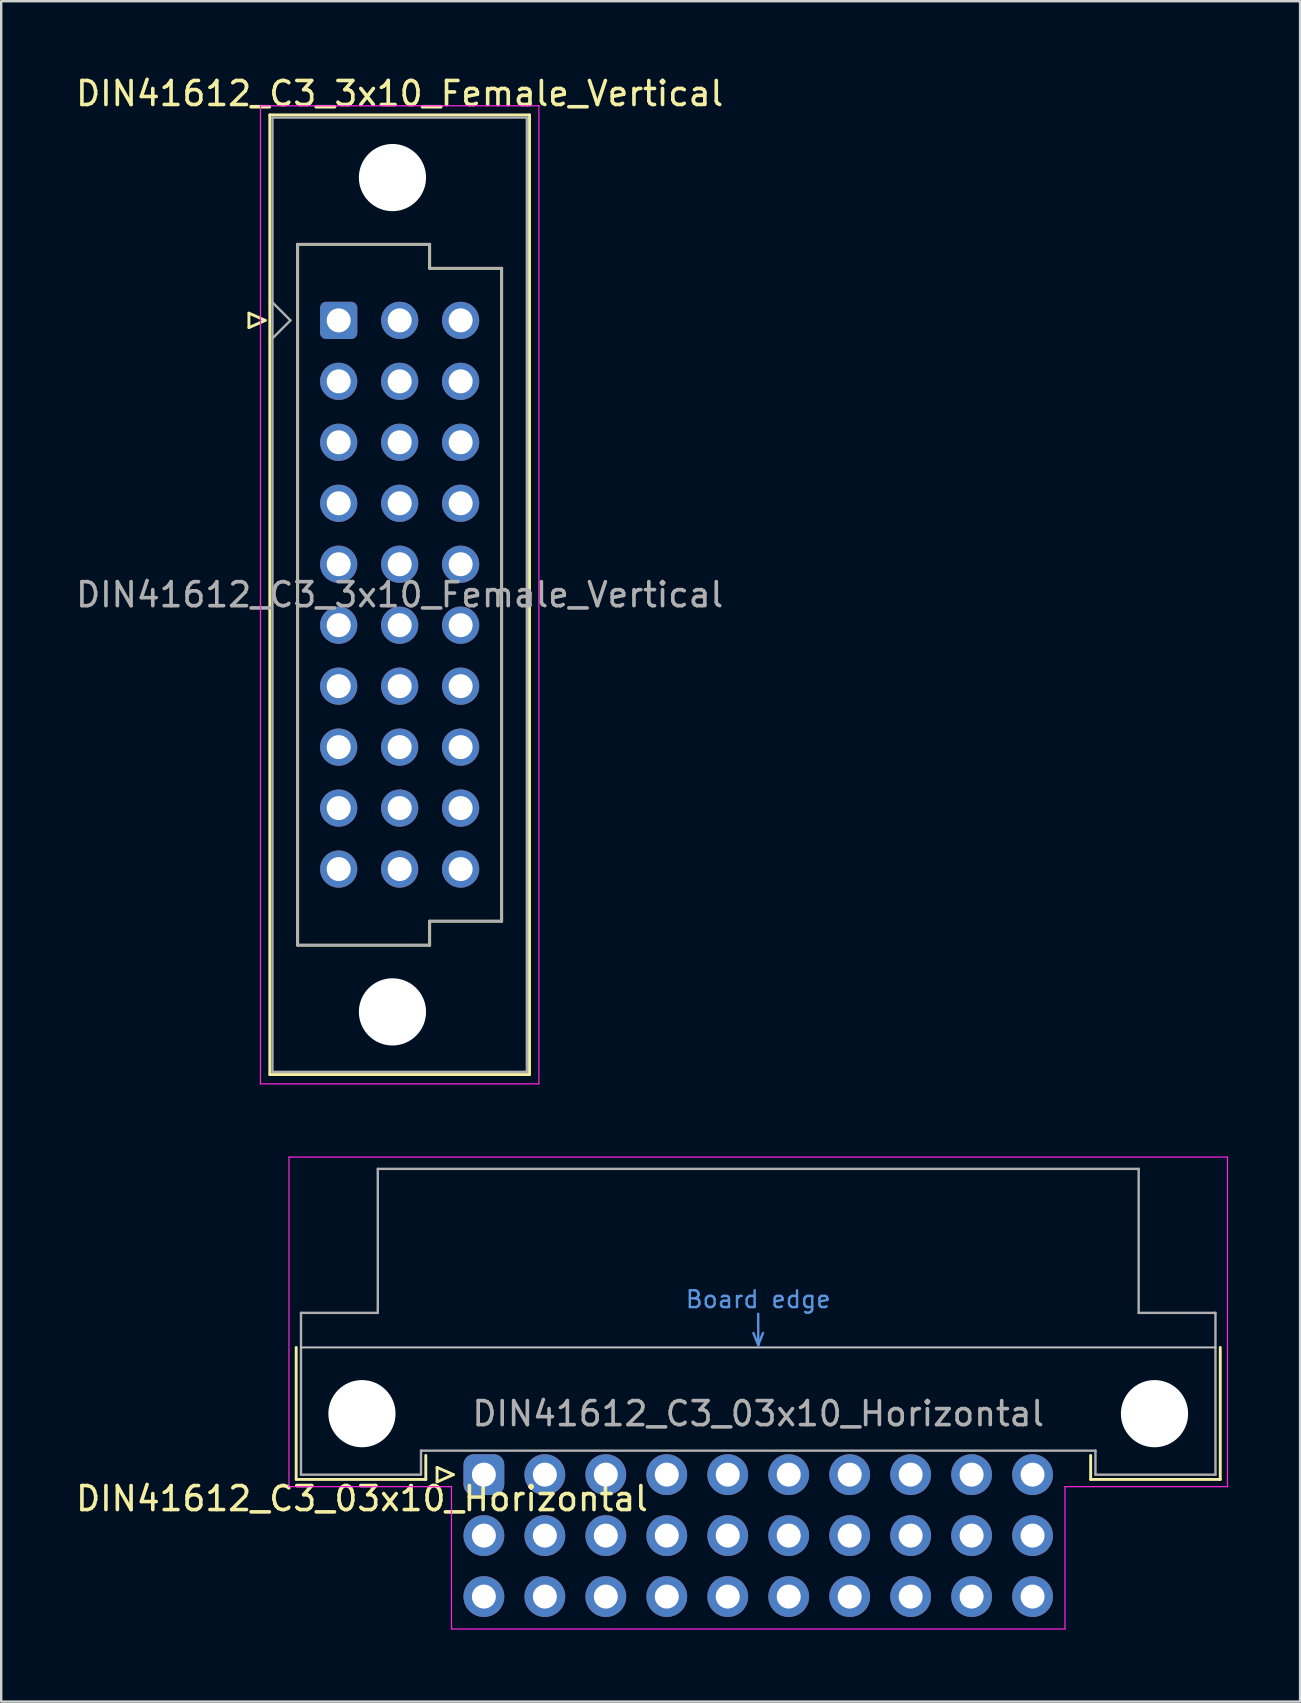
<source format=kicad_pcb>
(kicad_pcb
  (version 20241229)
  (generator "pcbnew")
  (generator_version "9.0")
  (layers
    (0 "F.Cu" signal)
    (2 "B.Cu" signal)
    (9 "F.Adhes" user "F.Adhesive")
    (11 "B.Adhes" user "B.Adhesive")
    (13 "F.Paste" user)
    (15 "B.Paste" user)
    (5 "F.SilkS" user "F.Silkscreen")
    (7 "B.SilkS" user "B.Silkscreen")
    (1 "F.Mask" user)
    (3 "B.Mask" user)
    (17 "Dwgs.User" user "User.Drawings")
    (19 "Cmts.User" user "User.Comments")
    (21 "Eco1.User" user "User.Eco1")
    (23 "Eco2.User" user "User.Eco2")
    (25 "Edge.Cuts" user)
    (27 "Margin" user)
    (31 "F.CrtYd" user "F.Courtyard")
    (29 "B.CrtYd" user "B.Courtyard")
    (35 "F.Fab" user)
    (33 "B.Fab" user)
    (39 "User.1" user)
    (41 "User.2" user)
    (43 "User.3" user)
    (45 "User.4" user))
  (footprint "DIN41612_C3_03x10_Horizontal"
    (layer "F.Cu")
    (at 17.11 58.388)
    (property "Reference" "DIN41612_C3_03x10_Horizontal" (at -5.08 1 0) (layer "F.SilkS") (effects (font (size 1 1) (thickness 0.15))))
    (attr through_hole)
    (fp_line (start -7.82 -5.3) (end -7.82 0.2) (stroke (width 0.12) (type solid)) (layer "F.SilkS"))
    (fp_line (start -7.82 0.2) (end -2.42 0.2) (stroke (width 0.12) (type solid)) (layer "F.SilkS"))
    (fp_line (start -2.42 0.2) (end -2.42 -0.8) (stroke (width 0.12) (type solid)) (layer "F.SilkS"))
    (fp_line (start -1.95 -0.3) (end -1.95 0.3) (stroke (width 0.12) (type solid)) (layer "F.SilkS"))
    (fp_line (start -1.95 0.3) (end -1.27 0) (stroke (width 0.12) (type solid)) (layer "F.SilkS"))
    (fp_line (start -1.27 0) (end -1.95 -0.3) (stroke (width 0.12) (type solid)) (layer "F.SilkS"))
    (fp_line (start 25.28 0.2) (end 25.28 -0.8) (stroke (width 0.12) (type solid)) (layer "F.SilkS"))
    (fp_line (start 30.68 -5.3) (end 30.68 0.2) (stroke (width 0.12) (type solid)) (layer "F.SilkS"))
    (fp_line (start 30.68 0.2) (end 25.28 0.2) (stroke (width 0.12) (type solid)) (layer "F.SilkS"))
    (fp_line (start -7.62 -5.3) (end 30.48 -5.3) (stroke (width 0.08) (type solid)) (layer "Dwgs.User"))
    (fp_line (start 11.23 -5.9) (end 11.43 -5.4) (stroke (width 0.1) (type solid)) (layer "Cmts.User"))
    (fp_line (start 11.43 -5.4) (end 11.43 -6.7) (stroke (width 0.1) (type solid)) (layer "Cmts.User"))
    (fp_line (start 11.43 -5.4) (end 11.63 -5.9) (stroke (width 0.1) (type solid)) (layer "Cmts.User"))
    (fp_line (start -8.12 -13.23) (end -8.12 0.5) (stroke (width 0.05) (type solid)) (layer "F.CrtYd"))
    (fp_line (start -8.12 0.5) (end -1.35 0.5) (stroke (width 0.05) (type solid)) (layer "F.CrtYd"))
    (fp_line (start -1.35 0.5) (end -1.35 6.43) (stroke (width 0.05) (type solid)) (layer "F.CrtYd"))
    (fp_line (start -1.35 6.43) (end 24.21 6.43) (stroke (width 0.05) (type solid)) (layer "F.CrtYd"))
    (fp_line (start 24.21 0.5) (end 30.98 0.5) (stroke (width 0.05) (type solid)) (layer "F.CrtYd"))
    (fp_line (start 24.21 6.43) (end 24.21 0.5) (stroke (width 0.05) (type solid)) (layer "F.CrtYd"))
    (fp_line (start 30.98 -13.23) (end -8.12 -13.23) (stroke (width 0.05) (type solid)) (layer "F.CrtYd"))
    (fp_line (start 30.98 0.5) (end 30.98 -13.23) (stroke (width 0.05) (type solid)) (layer "F.CrtYd"))
    (fp_line (start -7.62 -6.74) (end -7.62 0) (stroke (width 0.1) (type solid)) (layer "F.Fab"))
    (fp_line (start -7.62 0) (end -2.62 0) (stroke (width 0.1) (type solid)) (layer "F.Fab"))
    (fp_line (start -4.42 -12.74) (end -4.42 -6.74) (stroke (width 0.1) (type solid)) (layer "F.Fab"))
    (fp_line (start -4.42 -6.74) (end -7.62 -6.74) (stroke (width 0.1) (type solid)) (layer "F.Fab"))
    (fp_line (start -2.62 -1) (end 25.48 -1) (stroke (width 0.1) (type solid)) (layer "F.Fab"))
    (fp_line (start -2.62 0) (end -2.62 -1) (stroke (width 0.1) (type solid)) (layer "F.Fab"))
    (fp_line (start 25.48 -1) (end 25.48 0) (stroke (width 0.1) (type solid)) (layer "F.Fab"))
    (fp_line (start 25.48 0) (end 30.48 0) (stroke (width 0.1) (type solid)) (layer "F.Fab"))
    (fp_line (start 27.28 -12.74) (end -4.42 -12.74) (stroke (width 0.1) (type solid)) (layer "F.Fab"))
    (fp_line (start 27.28 -6.74) (end 27.28 -12.74) (stroke (width 0.1) (type solid)) (layer "F.Fab"))
    (fp_line (start 30.48 -6.74) (end 27.28 -6.74) (stroke (width 0.1) (type solid)) (layer "F.Fab"))
    (fp_line (start 30.48 0) (end 30.48 -6.74) (stroke (width 0.1) (type solid)) (layer "F.Fab"))
    (fp_text user "Board edge" (at 11.43 -7.3 0) (layer "Cmts.User") (effects (font (size 0.7 0.7) (thickness 0.1))))
    (fp_text user "${REFERENCE}" (at 11.43 -2.54 0) (layer "F.Fab") (effects (font (size 1 1) (thickness 0.15))))
    (pad "" np_thru_hole circle (at -5.08 -2.54) (size 2.8 2.8) (drill 2.8) (layers "*.Cu" "*.Mask"))
    (pad "" np_thru_hole circle (at 27.94 -2.54) (size 2.8 2.8) (drill 2.8) (layers "*.Cu" "*.Mask"))
    (pad "a1" thru_hole roundrect (at 0 0) (size 1.7 1.7) (drill 1) (layers "*.Cu" "*.Mask") (roundrect_rratio 0.25))
    (pad "a2" thru_hole circle (at 2.54 0) (size 1.7 1.7) (drill 1) (layers "*.Cu" "*.Mask"))
    (pad "a3" thru_hole circle (at 5.08 0) (size 1.7 1.7) (drill 1) (layers "*.Cu" "*.Mask"))
    (pad "a4" thru_hole circle (at 7.62 0) (size 1.7 1.7) (drill 1) (layers "*.Cu" "*.Mask"))
    (pad "a5" thru_hole circle (at 10.16 0) (size 1.7 1.7) (drill 1) (layers "*.Cu" "*.Mask"))
    (pad "a6" thru_hole circle (at 12.7 0) (size 1.7 1.7) (drill 1) (layers "*.Cu" "*.Mask"))
    (pad "a7" thru_hole circle (at 15.24 0) (size 1.7 1.7) (drill 1) (layers "*.Cu" "*.Mask"))
    (pad "a8" thru_hole circle (at 17.78 0) (size 1.7 1.7) (drill 1) (layers "*.Cu" "*.Mask"))
    (pad "a9" thru_hole circle (at 20.32 0) (size 1.7 1.7) (drill 1) (layers "*.Cu" "*.Mask"))
    (pad "a10" thru_hole circle (at 22.86 0) (size 1.7 1.7) (drill 1) (layers "*.Cu" "*.Mask"))
    (pad "b1" thru_hole circle (at 0 2.54) (size 1.7 1.7) (drill 1) (layers "*.Cu" "*.Mask"))
    (pad "b2" thru_hole circle (at 2.54 2.54) (size 1.7 1.7) (drill 1) (layers "*.Cu" "*.Mask"))
    (pad "b3" thru_hole circle (at 5.08 2.54) (size 1.7 1.7) (drill 1) (layers "*.Cu" "*.Mask"))
    (pad "b4" thru_hole circle (at 7.62 2.54) (size 1.7 1.7) (drill 1) (layers "*.Cu" "*.Mask"))
    (pad "b5" thru_hole circle (at 10.16 2.54) (size 1.7 1.7) (drill 1) (layers "*.Cu" "*.Mask"))
    (pad "b6" thru_hole circle (at 12.7 2.54) (size 1.7 1.7) (drill 1) (layers "*.Cu" "*.Mask"))
    (pad "b7" thru_hole circle (at 15.24 2.54) (size 1.7 1.7) (drill 1) (layers "*.Cu" "*.Mask"))
    (pad "b8" thru_hole circle (at 17.78 2.54) (size 1.7 1.7) (drill 1) (layers "*.Cu" "*.Mask"))
    (pad "b9" thru_hole circle (at 20.32 2.54) (size 1.7 1.7) (drill 1) (layers "*.Cu" "*.Mask"))
    (pad "b10" thru_hole circle (at 22.86 2.54) (size 1.7 1.7) (drill 1) (layers "*.Cu" "*.Mask"))
    (pad "c1" thru_hole circle (at 0 5.08) (size 1.7 1.7) (drill 1) (layers "*.Cu" "*.Mask"))
    (pad "c2" thru_hole circle (at 2.54 5.08) (size 1.7 1.7) (drill 1) (layers "*.Cu" "*.Mask"))
    (pad "c3" thru_hole circle (at 5.08 5.08) (size 1.7 1.7) (drill 1) (layers "*.Cu" "*.Mask"))
    (pad "c4" thru_hole circle (at 7.62 5.08) (size 1.7 1.7) (drill 1) (layers "*.Cu" "*.Mask"))
    (pad "c5" thru_hole circle (at 10.16 5.08) (size 1.7 1.7) (drill 1) (layers "*.Cu" "*.Mask"))
    (pad "c6" thru_hole circle (at 12.7 5.08) (size 1.7 1.7) (drill 1) (layers "*.Cu" "*.Mask"))
    (pad "c7" thru_hole circle (at 15.24 5.08) (size 1.7 1.7) (drill 1) (layers "*.Cu" "*.Mask"))
    (pad "c8" thru_hole circle (at 17.78 5.08) (size 1.7 1.7) (drill 1) (layers "*.Cu" "*.Mask"))
    (pad "c9" thru_hole circle (at 20.32 5.08) (size 1.7 1.7) (drill 1) (layers "*.Cu" "*.Mask"))
    (pad "c10" thru_hole circle (at 22.86 5.08) (size 1.7 1.7) (drill 1) (layers "*.Cu" "*.Mask")))
  (footprint "DIN41612_C3_3x10_Female_Vertical"
    (layer "F.Cu")
    (at 11.061 10.298)
    (property "Reference" "DIN41612_C3_3x10_Female_Vertical" (at 2.54 -9.45 0) (layer "F.SilkS") (effects (font (size 1 1) (thickness 0.15))))
    (attr through_hole)
    (fp_line (start -3.74 -0.3) (end -3.74 0.3) (stroke (width 0.12) (type solid)) (layer "F.SilkS"))
    (fp_line (start -3.74 0.3) (end -3.06 0) (stroke (width 0.12) (type solid)) (layer "F.SilkS"))
    (fp_line (start -3.06 0) (end -3.74 -0.3) (stroke (width 0.12) (type solid)) (layer "F.SilkS"))
    (fp_line (start -2.87 -8.56) (end 7.95 -8.56) (stroke (width 0.12) (type solid)) (layer "F.SilkS"))
    (fp_line (start -2.87 31.42) (end -2.87 -8.56) (stroke (width 0.12) (type solid)) (layer "F.SilkS"))
    (fp_line (start -1.71 -3.17) (end 3.79 -3.17) (stroke (width 0.12) (type solid)) (layer "F.SilkS"))
    (fp_line (start -1.71 26.03) (end -1.71 -3.17) (stroke (width 0.12) (type solid)) (layer "F.SilkS"))
    (fp_line (start 3.79 -3.17) (end 3.79 -2.17) (stroke (width 0.12) (type solid)) (layer "F.SilkS"))
    (fp_line (start 3.79 -2.17) (end 6.79 -2.17) (stroke (width 0.12) (type solid)) (layer "F.SilkS"))
    (fp_line (start 3.79 25.03) (end 3.79 26.03) (stroke (width 0.12) (type solid)) (layer "F.SilkS"))
    (fp_line (start 3.79 26.03) (end -1.71 26.03) (stroke (width 0.12) (type solid)) (layer "F.SilkS"))
    (fp_line (start 6.79 -2.17) (end 6.79 25.03) (stroke (width 0.12) (type solid)) (layer "F.SilkS"))
    (fp_line (start 6.79 25.03) (end 3.79 25.03) (stroke (width 0.12) (type solid)) (layer "F.SilkS"))
    (fp_line (start 7.95 -8.56) (end 7.95 31.42) (stroke (width 0.12) (type solid)) (layer "F.SilkS"))
    (fp_line (start 7.95 31.42) (end -2.87 31.42) (stroke (width 0.12) (type solid)) (layer "F.SilkS"))
    (fp_line (start -3.26 -8.94) (end 8.34 -8.94) (stroke (width 0.05) (type solid)) (layer "F.CrtYd"))
    (fp_line (start -3.26 31.81) (end -3.26 -8.94) (stroke (width 0.05) (type solid)) (layer "F.CrtYd"))
    (fp_line (start 8.34 -8.94) (end 8.34 31.81) (stroke (width 0.05) (type solid)) (layer "F.CrtYd"))
    (fp_line (start 8.34 31.81) (end -3.26 31.81) (stroke (width 0.05) (type solid)) (layer "F.CrtYd"))
    (fp_line (start -2.76 -8.45) (end 7.84 -8.45) (stroke (width 0.1) (type solid)) (layer "F.Fab"))
    (fp_line (start -2.76 -0.75) (end -2.01 0) (stroke (width 0.1) (type solid)) (layer "F.Fab"))
    (fp_line (start -2.76 31.31) (end -2.76 -8.45) (stroke (width 0.1) (type solid)) (layer "F.Fab"))
    (fp_line (start -2.01 0) (end -2.76 0.75) (stroke (width 0.1) (type solid)) (layer "F.Fab"))
    (fp_line (start -1.71 -3.17) (end 3.79 -3.17) (stroke (width 0.1) (type solid)) (layer "F.Fab"))
    (fp_line (start -1.71 26.03) (end -1.71 -3.17) (stroke (width 0.1) (type solid)) (layer "F.Fab"))
    (fp_line (start 3.79 -3.17) (end 3.79 -2.17) (stroke (width 0.1) (type solid)) (layer "F.Fab"))
    (fp_line (start 3.79 -2.17) (end 6.79 -2.17) (stroke (width 0.1) (type solid)) (layer "F.Fab"))
    (fp_line (start 3.79 25.03) (end 3.79 26.03) (stroke (width 0.1) (type solid)) (layer "F.Fab"))
    (fp_line (start 3.79 26.03) (end -1.71 26.03) (stroke (width 0.1) (type solid)) (layer "F.Fab"))
    (fp_line (start 6.79 -2.17) (end 6.79 25.03) (stroke (width 0.1) (type solid)) (layer "F.Fab"))
    (fp_line (start 6.79 25.03) (end 3.79 25.03) (stroke (width 0.1) (type solid)) (layer "F.Fab"))
    (fp_line (start 7.84 -8.45) (end 7.84 31.31) (stroke (width 0.1) (type solid)) (layer "F.Fab"))
    (fp_line (start 7.84 31.31) (end -2.76 31.31) (stroke (width 0.1) (type solid)) (layer "F.Fab"))
    (fp_text user "${REFERENCE}" (at 2.54 11.43 0) (layer "F.Fab") (effects (font (size 1 1) (thickness 0.15))))
    (pad "" np_thru_hole circle (at 2.24 -5.95) (size 2.8 2.8) (drill 2.8) (layers "*.Cu" "*.Mask"))
    (pad "" np_thru_hole circle (at 2.24 28.81) (size 2.8 2.8) (drill 2.8) (layers "*.Cu" "*.Mask"))
    (pad "a1" thru_hole roundrect (at 0 0) (size 1.55 1.55) (drill 1) (layers "*.Cu" "*.Mask") (roundrect_rratio 0.161))
    (pad "a2" thru_hole circle (at 0 2.54) (size 1.55 1.55) (drill 1) (layers "*.Cu" "*.Mask"))
    (pad "a3" thru_hole circle (at 0 5.08) (size 1.55 1.55) (drill 1) (layers "*.Cu" "*.Mask"))
    (pad "a4" thru_hole circle (at 0 7.62) (size 1.55 1.55) (drill 1) (layers "*.Cu" "*.Mask"))
    (pad "a5" thru_hole circle (at 0 10.16) (size 1.55 1.55) (drill 1) (layers "*.Cu" "*.Mask"))
    (pad "a6" thru_hole circle (at 0 12.7) (size 1.55 1.55) (drill 1) (layers "*.Cu" "*.Mask"))
    (pad "a7" thru_hole circle (at 0 15.24) (size 1.55 1.55) (drill 1) (layers "*.Cu" "*.Mask"))
    (pad "a8" thru_hole circle (at 0 17.78) (size 1.55 1.55) (drill 1) (layers "*.Cu" "*.Mask"))
    (pad "a9" thru_hole circle (at 0 20.32) (size 1.55 1.55) (drill 1) (layers "*.Cu" "*.Mask"))
    (pad "a10" thru_hole circle (at 0 22.86) (size 1.55 1.55) (drill 1) (layers "*.Cu" "*.Mask"))
    (pad "b1" thru_hole circle (at 2.54 0) (size 1.55 1.55) (drill 1) (layers "*.Cu" "*.Mask"))
    (pad "b2" thru_hole circle (at 2.54 2.54) (size 1.55 1.55) (drill 1) (layers "*.Cu" "*.Mask"))
    (pad "b3" thru_hole circle (at 2.54 5.08) (size 1.55 1.55) (drill 1) (layers "*.Cu" "*.Mask"))
    (pad "b4" thru_hole circle (at 2.54 7.62) (size 1.55 1.55) (drill 1) (layers "*.Cu" "*.Mask"))
    (pad "b5" thru_hole circle (at 2.54 10.16) (size 1.55 1.55) (drill 1) (layers "*.Cu" "*.Mask"))
    (pad "b6" thru_hole circle (at 2.54 12.7) (size 1.55 1.55) (drill 1) (layers "*.Cu" "*.Mask"))
    (pad "b7" thru_hole circle (at 2.54 15.24) (size 1.55 1.55) (drill 1) (layers "*.Cu" "*.Mask"))
    (pad "b8" thru_hole circle (at 2.54 17.78) (size 1.55 1.55) (drill 1) (layers "*.Cu" "*.Mask"))
    (pad "b9" thru_hole circle (at 2.54 20.32) (size 1.55 1.55) (drill 1) (layers "*.Cu" "*.Mask"))
    (pad "b10" thru_hole circle (at 2.54 22.86) (size 1.55 1.55) (drill 1) (layers "*.Cu" "*.Mask"))
    (pad "c1" thru_hole circle (at 5.08 0) (size 1.55 1.55) (drill 1) (layers "*.Cu" "*.Mask"))
    (pad "c2" thru_hole circle (at 5.08 2.54) (size 1.55 1.55) (drill 1) (layers "*.Cu" "*.Mask"))
    (pad "c3" thru_hole circle (at 5.08 5.08) (size 1.55 1.55) (drill 1) (layers "*.Cu" "*.Mask"))
    (pad "c4" thru_hole circle (at 5.08 7.62) (size 1.55 1.55) (drill 1) (layers "*.Cu" "*.Mask"))
    (pad "c5" thru_hole circle (at 5.08 10.16) (size 1.55 1.55) (drill 1) (layers "*.Cu" "*.Mask"))
    (pad "c6" thru_hole circle (at 5.08 12.7) (size 1.55 1.55) (drill 1) (layers "*.Cu" "*.Mask"))
    (pad "c7" thru_hole circle (at 5.08 15.24) (size 1.55 1.55) (drill 1) (layers "*.Cu" "*.Mask"))
    (pad "c8" thru_hole circle (at 5.08 17.78) (size 1.55 1.55) (drill 1) (layers "*.Cu" "*.Mask"))
    (pad "c9" thru_hole circle (at 5.08 20.32) (size 1.55 1.55) (drill 1) (layers "*.Cu" "*.Mask"))
    (pad "c10" thru_hole circle (at 5.08 22.86) (size 1.55 1.55) (drill 1) (layers "*.Cu" "*.Mask")))
  (gr_rect
    (start -3 -3)
    (end 51.115 67.843)
    (stroke (width 0.1) (type default))
    (fill no)
    (layer "Edge.Cuts")))
</source>
